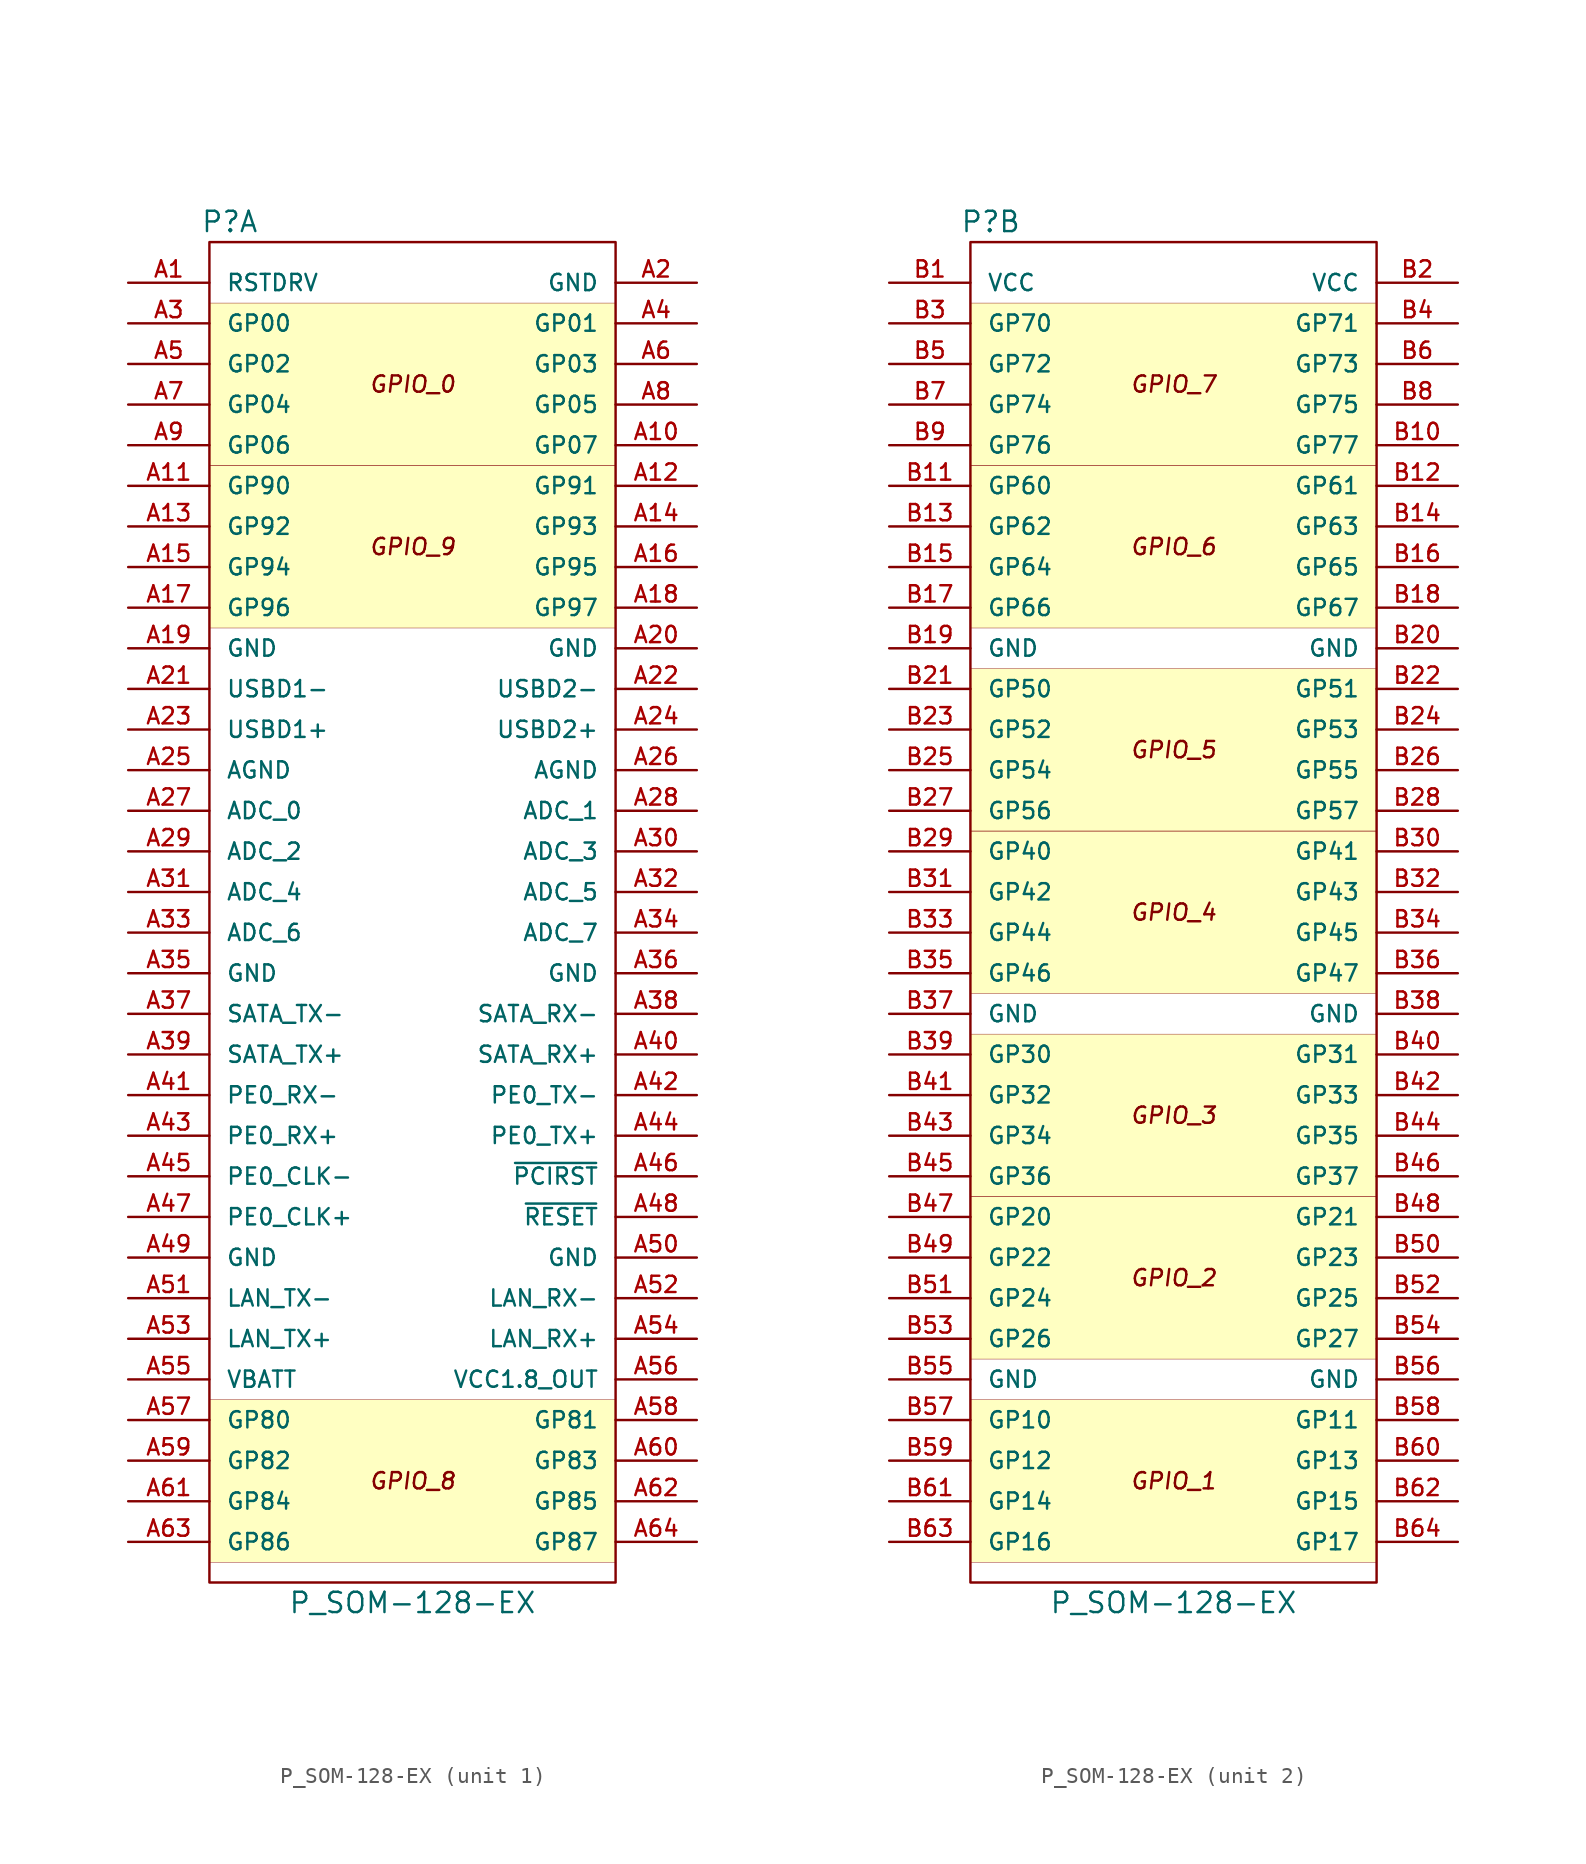
<source format=kicad_sym>
(kicad_symbol_lib
  (version 20231120)
  (generator "kicad_symbol_editor")
  (generator_version "8.0")
  (symbol "P_SOM-128-EX"
    (pin_names
      (offset 1.016))
    (property "Reference" "P"
      (at -11.43 43.18 0)
      (effects (font (size 1.27 1.27))))
    (property "Value" "P_SOM-128-EX"
      (at 0 -43.18 0)
      (effects (font (size 1.27 1.27))))
    (symbol "P_SOM-128-EX_1_0"
      (text "GPIO_0" (at 0 33.02 0) (effects (font (size 1.016 1.016) (italic yes))))
      (text "GPIO_8" (at 0 -35.56 0) (effects (font (size 1.016 1.016) (italic yes))))
      (text "GPIO_9" (at 0 22.86 0) (effects (font (size 1.016 1.016) (italic yes)))))
    (symbol "P_SOM-128-EX_1_1"
      (rectangle (start -12.7 -30.48) (end 12.7 -40.64) (stroke (width 0.025) (type default)) (fill (type background)))
      (rectangle (start -12.7 17.78) (end 12.7 27.94) (stroke (width 0.025) (type default)) (fill (type background)))
      (rectangle (start -12.7 38.1) (end 12.7 27.94) (stroke (width 0.025) (type default)) (fill (type background)))
      (rectangle (start -12.7 41.91) (end 12.7 -41.91) (stroke (width 0) (type default)) (fill (type none)))
      (pin passive line (at -17.78 39.37 0) (length 5.08) (name "RSTDRV" (effects (font (size 1.016 1.016)))) (number "A1" (effects (font (size 1.016 1.016)))))
      (pin passive line (at 17.78 29.21 180) (length 5.08) (name "GP07" (effects (font (size 1.016 1.016)))) (number "A10" (effects (font (size 1.016 1.016)))))
      (pin passive line (at -17.78 26.67 0) (length 5.08) (name "GP90" (effects (font (size 1.016 1.016)))) (number "A11" (effects (font (size 1.016 1.016)))))
      (pin passive line (at 17.78 26.67 180) (length 5.08) (name "GP91" (effects (font (size 1.016 1.016)))) (number "A12" (effects (font (size 1.016 1.016)))))
      (pin passive line (at -17.78 24.13 0) (length 5.08) (name "GP92" (effects (font (size 1.016 1.016)))) (number "A13" (effects (font (size 1.016 1.016)))))
      (pin passive line (at 17.78 24.13 180) (length 5.08) (name "GP93" (effects (font (size 1.016 1.016)))) (number "A14" (effects (font (size 1.016 1.016)))))
      (pin passive line (at -17.78 21.59 0) (length 5.08) (name "GP94" (effects (font (size 1.016 1.016)))) (number "A15" (effects (font (size 1.016 1.016)))))
      (pin passive line (at 17.78 21.59 180) (length 5.08) (name "GP95" (effects (font (size 1.016 1.016)))) (number "A16" (effects (font (size 1.016 1.016)))))
      (pin passive line (at -17.78 19.05 0) (length 5.08) (name "GP96" (effects (font (size 1.016 1.016)))) (number "A17" (effects (font (size 1.016 1.016)))))
      (pin passive line (at 17.78 19.05 180) (length 5.08) (name "GP97" (effects (font (size 1.016 1.016)))) (number "A18" (effects (font (size 1.016 1.016)))))
      (pin passive line (at -17.78 16.51 0) (length 5.08) (name "GND" (effects (font (size 1.016 1.016)))) (number "A19" (effects (font (size 1.016 1.016)))))
      (pin passive line (at 17.78 39.37 180) (length 5.08) (name "GND" (effects (font (size 1.016 1.016)))) (number "A2" (effects (font (size 1.016 1.016)))))
      (pin passive line (at 17.78 16.51 180) (length 5.08) (name "GND" (effects (font (size 1.016 1.016)))) (number "A20" (effects (font (size 1.016 1.016)))))
      (pin passive line (at -17.78 13.97 0) (length 5.08) (name "USBD1-" (effects (font (size 1.016 1.016)))) (number "A21" (effects (font (size 1.016 1.016)))))
      (pin passive line (at 17.78 13.97 180) (length 5.08) (name "USBD2-" (effects (font (size 1.016 1.016)))) (number "A22" (effects (font (size 1.016 1.016)))))
      (pin passive line (at -17.78 11.43 0) (length 5.08) (name "USBD1+" (effects (font (size 1.016 1.016)))) (number "A23" (effects (font (size 1.016 1.016)))))
      (pin passive line (at 17.78 11.43 180) (length 5.08) (name "USBD2+" (effects (font (size 1.016 1.016)))) (number "A24" (effects (font (size 1.016 1.016)))))
      (pin passive line (at -17.78 8.89 0) (length 5.08) (name "AGND" (effects (font (size 1.016 1.016)))) (number "A25" (effects (font (size 1.016 1.016)))))
      (pin passive line (at 17.78 8.89 180) (length 5.08) (name "AGND" (effects (font (size 1.016 1.016)))) (number "A26" (effects (font (size 1.016 1.016)))))
      (pin passive line (at -17.78 6.35 0) (length 5.08) (name "ADC_0" (effects (font (size 1.016 1.016)))) (number "A27" (effects (font (size 1.016 1.016)))))
      (pin passive line (at 17.78 6.35 180) (length 5.08) (name "ADC_1" (effects (font (size 1.016 1.016)))) (number "A28" (effects (font (size 1.016 1.016)))))
      (pin passive line (at -17.78 3.81 0) (length 5.08) (name "ADC_2" (effects (font (size 1.016 1.016)))) (number "A29" (effects (font (size 1.016 1.016)))))
      (pin passive line (at -17.78 36.83 0) (length 5.08) (name "GP00" (effects (font (size 1.016 1.016)))) (number "A3" (effects (font (size 1.016 1.016)))))
      (pin passive line (at 17.78 3.81 180) (length 5.08) (name "ADC_3" (effects (font (size 1.016 1.016)))) (number "A30" (effects (font (size 1.016 1.016)))))
      (pin passive line (at -17.78 1.27 0) (length 5.08) (name "ADC_4" (effects (font (size 1.016 1.016)))) (number "A31" (effects (font (size 1.016 1.016)))))
      (pin passive line (at 17.78 1.27 180) (length 5.08) (name "ADC_5" (effects (font (size 1.016 1.016)))) (number "A32" (effects (font (size 1.016 1.016)))))
      (pin passive line (at -17.78 -1.27 0) (length 5.08) (name "ADC_6" (effects (font (size 1.016 1.016)))) (number "A33" (effects (font (size 1.016 1.016)))))
      (pin passive line (at 17.78 -1.27 180) (length 5.08) (name "ADC_7" (effects (font (size 1.016 1.016)))) (number "A34" (effects (font (size 1.016 1.016)))))
      (pin passive line (at -17.78 -3.81 0) (length 5.08) (name "GND" (effects (font (size 1.016 1.016)))) (number "A35" (effects (font (size 1.016 1.016)))))
      (pin passive line (at 17.78 -3.81 180) (length 5.08) (name "GND" (effects (font (size 1.016 1.016)))) (number "A36" (effects (font (size 1.016 1.016)))))
      (pin passive line (at -17.78 -6.35 0) (length 5.08) (name "SATA_TX-" (effects (font (size 1.016 1.016)))) (number "A37" (effects (font (size 1.016 1.016)))))
      (pin passive line (at 17.78 -6.35 180) (length 5.08) (name "SATA_RX-" (effects (font (size 1.016 1.016)))) (number "A38" (effects (font (size 1.016 1.016)))))
      (pin passive line (at -17.78 -8.89 0) (length 5.08) (name "SATA_TX+" (effects (font (size 1.016 1.016)))) (number "A39" (effects (font (size 1.016 1.016)))))
      (pin passive line (at 17.78 36.83 180) (length 5.08) (name "GP01" (effects (font (size 1.016 1.016)))) (number "A4" (effects (font (size 1.016 1.016)))))
      (pin passive line (at 17.78 -8.89 180) (length 5.08) (name "SATA_RX+" (effects (font (size 1.016 1.016)))) (number "A40" (effects (font (size 1.016 1.016)))))
      (pin passive line (at -17.78 -11.43 0) (length 5.08) (name "PE0_RX-" (effects (font (size 1.016 1.016)))) (number "A41" (effects (font (size 1.016 1.016)))))
      (pin passive line (at 17.78 -11.43 180) (length 5.08) (name "PE0_TX-" (effects (font (size 1.016 1.016)))) (number "A42" (effects (font (size 1.016 1.016)))))
      (pin passive line (at -17.78 -13.97 0) (length 5.08) (name "PE0_RX+" (effects (font (size 1.016 1.016)))) (number "A43" (effects (font (size 1.016 1.016)))))
      (pin passive line (at 17.78 -13.97 180) (length 5.08) (name "PE0_TX+" (effects (font (size 1.016 1.016)))) (number "A44" (effects (font (size 1.016 1.016)))))
      (pin passive line (at -17.78 -16.51 0) (length 5.08) (name "PE0_CLK-" (effects (font (size 1.016 1.016)))) (number "A45" (effects (font (size 1.016 1.016)))))
      (pin passive line (at 17.78 -16.51 180) (length 5.08) (name "~{PCIRST}" (effects (font (size 1.016 1.016)))) (number "A46" (effects (font (size 1.016 1.016)))))
      (pin passive line (at -17.78 -19.05 0) (length 5.08) (name "PE0_CLK+" (effects (font (size 1.016 1.016)))) (number "A47" (effects (font (size 1.016 1.016)))))
      (pin passive line (at 17.78 -19.05 180) (length 5.08) (name "~{RESET}" (effects (font (size 1.016 1.016)))) (number "A48" (effects (font (size 1.016 1.016)))))
      (pin passive line (at -17.78 -21.59 0) (length 5.08) (name "GND" (effects (font (size 1.016 1.016)))) (number "A49" (effects (font (size 1.016 1.016)))))
      (pin passive line (at -17.78 34.29 0) (length 5.08) (name "GP02" (effects (font (size 1.016 1.016)))) (number "A5" (effects (font (size 1.016 1.016)))))
      (pin passive line (at 17.78 -21.59 180) (length 5.08) (name "GND" (effects (font (size 1.016 1.016)))) (number "A50" (effects (font (size 1.016 1.016)))))
      (pin passive line (at -17.78 -24.13 0) (length 5.08) (name "LAN_TX-" (effects (font (size 1.016 1.016)))) (number "A51" (effects (font (size 1.016 1.016)))))
      (pin passive line (at 17.78 -24.13 180) (length 5.08) (name "LAN_RX-" (effects (font (size 1.016 1.016)))) (number "A52" (effects (font (size 1.016 1.016)))))
      (pin passive line (at -17.78 -26.67 0) (length 5.08) (name "LAN_TX+" (effects (font (size 1.016 1.016)))) (number "A53" (effects (font (size 1.016 1.016)))))
      (pin passive line (at 17.78 -26.67 180) (length 5.08) (name "LAN_RX+" (effects (font (size 1.016 1.016)))) (number "A54" (effects (font (size 1.016 1.016)))))
      (pin passive line (at -17.78 -29.21 0) (length 5.08) (name "VBATT" (effects (font (size 1.016 1.016)))) (number "A55" (effects (font (size 1.016 1.016)))))
      (pin passive line (at 17.78 -29.21 180) (length 5.08) (name "VCC1.8_OUT" (effects (font (size 1.016 1.016)))) (number "A56" (effects (font (size 1.016 1.016)))))
      (pin passive line (at -17.78 -31.75 0) (length 5.08) (name "GP80" (effects (font (size 1.016 1.016)))) (number "A57" (effects (font (size 1.016 1.016)))))
      (pin passive line (at 17.78 -31.75 180) (length 5.08) (name "GP81" (effects (font (size 1.016 1.016)))) (number "A58" (effects (font (size 1.016 1.016)))))
      (pin passive line (at -17.78 -34.29 0) (length 5.08) (name "GP82" (effects (font (size 1.016 1.016)))) (number "A59" (effects (font (size 1.016 1.016)))))
      (pin passive line (at 17.78 34.29 180) (length 5.08) (name "GP03" (effects (font (size 1.016 1.016)))) (number "A6" (effects (font (size 1.016 1.016)))))
      (pin passive line (at 17.78 -34.29 180) (length 5.08) (name "GP83" (effects (font (size 1.016 1.016)))) (number "A60" (effects (font (size 1.016 1.016)))))
      (pin passive line (at -17.78 -36.83 0) (length 5.08) (name "GP84" (effects (font (size 1.016 1.016)))) (number "A61" (effects (font (size 1.016 1.016)))))
      (pin passive line (at 17.78 -36.83 180) (length 5.08) (name "GP85" (effects (font (size 1.016 1.016)))) (number "A62" (effects (font (size 1.016 1.016)))))
      (pin passive line (at -17.78 -39.37 0) (length 5.08) (name "GP86" (effects (font (size 1.016 1.016)))) (number "A63" (effects (font (size 1.016 1.016)))))
      (pin passive line (at 17.78 -39.37 180) (length 5.08) (name "GP87" (effects (font (size 1.016 1.016)))) (number "A64" (effects (font (size 1.016 1.016)))))
      (pin passive line (at -17.78 31.75 0) (length 5.08) (name "GP04" (effects (font (size 1.016 1.016)))) (number "A7" (effects (font (size 1.016 1.016)))))
      (pin passive line (at 17.78 31.75 180) (length 5.08) (name "GP05" (effects (font (size 1.016 1.016)))) (number "A8" (effects (font (size 1.016 1.016)))))
      (pin passive line (at -17.78 29.21 0) (length 5.08) (name "GP06" (effects (font (size 1.016 1.016)))) (number "A9" (effects (font (size 1.016 1.016))))))
    (symbol "P_SOM-128-EX_2_0"
      (rectangle (start -12.7 -30.48) (end 12.7 -40.64) (stroke (width 0.025) (type default)) (fill (type background)))
      (rectangle (start -12.7 -17.78) (end 12.7 -27.94) (stroke (width 0.025) (type default)) (fill (type background)))
      (rectangle (start -12.7 -7.62) (end 12.7 -17.78) (stroke (width 0.025) (type default)) (fill (type background)))
      (rectangle (start -12.7 5.08) (end 12.7 -5.08) (stroke (width 0.025) (type default)) (fill (type background)))
      (rectangle (start -12.7 15.24) (end 12.7 5.08) (stroke (width 0.025) (type default)) (fill (type background)))
      (rectangle (start -12.7 17.78) (end 12.7 27.94) (stroke (width 0.025) (type default)) (fill (type background)))
      (rectangle (start -12.7 38.1) (end 12.7 27.94) (stroke (width 0.025) (type default)) (fill (type background)))
      (rectangle (start -12.7 41.91) (end 12.7 -41.91) (stroke (width 0) (type default)) (fill (type none)))
      (text "GPIO_7" (at 0 33.02 0) (effects (font (size 1.016 1.016) (italic yes)))))
    (symbol "P_SOM-128-EX_2_1"
      (text "GPIO_1" (at 0 -35.56 0) (effects (font (size 1.016 1.016) (italic yes))))
      (text "GPIO_2" (at 0 -22.86 0) (effects (font (size 1.016 1.016) (italic yes))))
      (text "GPIO_3" (at 0 -12.7 0) (effects (font (size 1.016 1.016) (italic yes))))
      (text "GPIO_4" (at 0 0 0) (effects (font (size 1.016 1.016) (italic yes))))
      (text "GPIO_5" (at 0 10.16 0) (effects (font (size 1.016 1.016) (italic yes))))
      (text "GPIO_6" (at 0 22.86 0) (effects (font (size 1.016 1.016) (italic yes))))
      (pin passive line (at -17.78 39.37 0) (length 5.08) (name "VCC" (effects (font (size 1.016 1.016)))) (number "B1" (effects (font (size 1.016 1.016)))))
      (pin passive line (at 17.78 29.21 180) (length 5.08) (name "GP77" (effects (font (size 1.016 1.016)))) (number "B10" (effects (font (size 1.016 1.016)))))
      (pin passive line (at -17.78 26.67 0) (length 5.08) (name "GP60" (effects (font (size 1.016 1.016)))) (number "B11" (effects (font (size 1.016 1.016)))))
      (pin passive line (at 17.78 26.67 180) (length 5.08) (name "GP61" (effects (font (size 1.016 1.016)))) (number "B12" (effects (font (size 1.016 1.016)))))
      (pin passive line (at -17.78 24.13 0) (length 5.08) (name "GP62" (effects (font (size 1.016 1.016)))) (number "B13" (effects (font (size 1.016 1.016)))))
      (pin passive line (at 17.78 24.13 180) (length 5.08) (name "GP63" (effects (font (size 1.016 1.016)))) (number "B14" (effects (font (size 1.016 1.016)))))
      (pin passive line (at -17.78 21.59 0) (length 5.08) (name "GP64" (effects (font (size 1.016 1.016)))) (number "B15" (effects (font (size 1.016 1.016)))))
      (pin passive line (at 17.78 21.59 180) (length 5.08) (name "GP65" (effects (font (size 1.016 1.016)))) (number "B16" (effects (font (size 1.016 1.016)))))
      (pin passive line (at -17.78 19.05 0) (length 5.08) (name "GP66" (effects (font (size 1.016 1.016)))) (number "B17" (effects (font (size 1.016 1.016)))))
      (pin passive line (at 17.78 19.05 180) (length 5.08) (name "GP67" (effects (font (size 1.016 1.016)))) (number "B18" (effects (font (size 1.016 1.016)))))
      (pin passive line (at -17.78 16.51 0) (length 5.08) (name "GND" (effects (font (size 1.016 1.016)))) (number "B19" (effects (font (size 1.016 1.016)))))
      (pin passive line (at 17.78 39.37 180) (length 5.08) (name "VCC" (effects (font (size 1.016 1.016)))) (number "B2" (effects (font (size 1.016 1.016)))))
      (pin passive line (at 17.78 16.51 180) (length 5.08) (name "GND" (effects (font (size 1.016 1.016)))) (number "B20" (effects (font (size 1.016 1.016)))))
      (pin passive line (at -17.78 13.97 0) (length 5.08) (name "GP50" (effects (font (size 1.016 1.016)))) (number "B21" (effects (font (size 1.016 1.016)))))
      (pin passive line (at 17.78 13.97 180) (length 5.08) (name "GP51" (effects (font (size 1.016 1.016)))) (number "B22" (effects (font (size 1.016 1.016)))))
      (pin passive line (at -17.78 11.43 0) (length 5.08) (name "GP52" (effects (font (size 1.016 1.016)))) (number "B23" (effects (font (size 1.016 1.016)))))
      (pin passive line (at 17.78 11.43 180) (length 5.08) (name "GP53" (effects (font (size 1.016 1.016)))) (number "B24" (effects (font (size 1.016 1.016)))))
      (pin passive line (at -17.78 8.89 0) (length 5.08) (name "GP54" (effects (font (size 1.016 1.016)))) (number "B25" (effects (font (size 1.016 1.016)))))
      (pin passive line (at 17.78 8.89 180) (length 5.08) (name "GP55" (effects (font (size 1.016 1.016)))) (number "B26" (effects (font (size 1.016 1.016)))))
      (pin passive line (at -17.78 6.35 0) (length 5.08) (name "GP56" (effects (font (size 1.016 1.016)))) (number "B27" (effects (font (size 1.016 1.016)))))
      (pin passive line (at 17.78 6.35 180) (length 5.08) (name "GP57" (effects (font (size 1.016 1.016)))) (number "B28" (effects (font (size 1.016 1.016)))))
      (pin passive line (at -17.78 3.81 0) (length 5.08) (name "GP40" (effects (font (size 1.016 1.016)))) (number "B29" (effects (font (size 1.016 1.016)))))
      (pin passive line (at -17.78 36.83 0) (length 5.08) (name "GP70" (effects (font (size 1.016 1.016)))) (number "B3" (effects (font (size 1.016 1.016)))))
      (pin passive line (at 17.78 3.81 180) (length 5.08) (name "GP41" (effects (font (size 1.016 1.016)))) (number "B30" (effects (font (size 1.016 1.016)))))
      (pin passive line (at -17.78 1.27 0) (length 5.08) (name "GP42" (effects (font (size 1.016 1.016)))) (number "B31" (effects (font (size 1.016 1.016)))))
      (pin passive line (at 17.78 1.27 180) (length 5.08) (name "GP43" (effects (font (size 1.016 1.016)))) (number "B32" (effects (font (size 1.016 1.016)))))
      (pin passive line (at -17.78 -1.27 0) (length 5.08) (name "GP44" (effects (font (size 1.016 1.016)))) (number "B33" (effects (font (size 1.016 1.016)))))
      (pin passive line (at 17.78 -1.27 180) (length 5.08) (name "GP45" (effects (font (size 1.016 1.016)))) (number "B34" (effects (font (size 1.016 1.016)))))
      (pin passive line (at -17.78 -3.81 0) (length 5.08) (name "GP46" (effects (font (size 1.016 1.016)))) (number "B35" (effects (font (size 1.016 1.016)))))
      (pin passive line (at 17.78 -3.81 180) (length 5.08) (name "GP47" (effects (font (size 1.016 1.016)))) (number "B36" (effects (font (size 1.016 1.016)))))
      (pin passive line (at -17.78 -6.35 0) (length 5.08) (name "GND" (effects (font (size 1.016 1.016)))) (number "B37" (effects (font (size 1.016 1.016)))))
      (pin passive line (at 17.78 -6.35 180) (length 5.08) (name "GND" (effects (font (size 1.016 1.016)))) (number "B38" (effects (font (size 1.016 1.016)))))
      (pin passive line (at -17.78 -8.89 0) (length 5.08) (name "GP30" (effects (font (size 1.016 1.016)))) (number "B39" (effects (font (size 1.016 1.016)))))
      (pin passive line (at 17.78 36.83 180) (length 5.08) (name "GP71" (effects (font (size 1.016 1.016)))) (number "B4" (effects (font (size 1.016 1.016)))))
      (pin passive line (at 17.78 -8.89 180) (length 5.08) (name "GP31" (effects (font (size 1.016 1.016)))) (number "B40" (effects (font (size 1.016 1.016)))))
      (pin passive line (at -17.78 -11.43 0) (length 5.08) (name "GP32" (effects (font (size 1.016 1.016)))) (number "B41" (effects (font (size 1.016 1.016)))))
      (pin passive line (at 17.78 -11.43 180) (length 5.08) (name "GP33" (effects (font (size 1.016 1.016)))) (number "B42" (effects (font (size 1.016 1.016)))))
      (pin passive line (at -17.78 -13.97 0) (length 5.08) (name "GP34" (effects (font (size 1.016 1.016)))) (number "B43" (effects (font (size 1.016 1.016)))))
      (pin passive line (at 17.78 -13.97 180) (length 5.08) (name "GP35" (effects (font (size 1.016 1.016)))) (number "B44" (effects (font (size 1.016 1.016)))))
      (pin passive line (at -17.78 -16.51 0) (length 5.08) (name "GP36" (effects (font (size 1.016 1.016)))) (number "B45" (effects (font (size 1.016 1.016)))))
      (pin passive line (at 17.78 -16.51 180) (length 5.08) (name "GP37" (effects (font (size 1.016 1.016)))) (number "B46" (effects (font (size 1.016 1.016)))))
      (pin passive line (at -17.78 -19.05 0) (length 5.08) (name "GP20" (effects (font (size 1.016 1.016)))) (number "B47" (effects (font (size 1.016 1.016)))))
      (pin passive line (at 17.78 -19.05 180) (length 5.08) (name "GP21" (effects (font (size 1.016 1.016)))) (number "B48" (effects (font (size 1.016 1.016)))))
      (pin passive line (at -17.78 -21.59 0) (length 5.08) (name "GP22" (effects (font (size 1.016 1.016)))) (number "B49" (effects (font (size 1.016 1.016)))))
      (pin passive line (at -17.78 34.29 0) (length 5.08) (name "GP72" (effects (font (size 1.016 1.016)))) (number "B5" (effects (font (size 1.016 1.016)))))
      (pin passive line (at 17.78 -21.59 180) (length 5.08) (name "GP23" (effects (font (size 1.016 1.016)))) (number "B50" (effects (font (size 1.016 1.016)))))
      (pin passive line (at -17.78 -24.13 0) (length 5.08) (name "GP24" (effects (font (size 1.016 1.016)))) (number "B51" (effects (font (size 1.016 1.016)))))
      (pin passive line (at 17.78 -24.13 180) (length 5.08) (name "GP25" (effects (font (size 1.016 1.016)))) (number "B52" (effects (font (size 1.016 1.016)))))
      (pin passive line (at -17.78 -26.67 0) (length 5.08) (name "GP26" (effects (font (size 1.016 1.016)))) (number "B53" (effects (font (size 1.016 1.016)))))
      (pin passive line (at 17.78 -26.67 180) (length 5.08) (name "GP27" (effects (font (size 1.016 1.016)))) (number "B54" (effects (font (size 1.016 1.016)))))
      (pin passive line (at -17.78 -29.21 0) (length 5.08) (name "GND" (effects (font (size 1.016 1.016)))) (number "B55" (effects (font (size 1.016 1.016)))))
      (pin passive line (at 17.78 -29.21 180) (length 5.08) (name "GND" (effects (font (size 1.016 1.016)))) (number "B56" (effects (font (size 1.016 1.016)))))
      (pin passive line (at -17.78 -31.75 0) (length 5.08) (name "GP10" (effects (font (size 1.016 1.016)))) (number "B57" (effects (font (size 1.016 1.016)))))
      (pin passive line (at 17.78 -31.75 180) (length 5.08) (name "GP11" (effects (font (size 1.016 1.016)))) (number "B58" (effects (font (size 1.016 1.016)))))
      (pin passive line (at -17.78 -34.29 0) (length 5.08) (name "GP12" (effects (font (size 1.016 1.016)))) (number "B59" (effects (font (size 1.016 1.016)))))
      (pin passive line (at 17.78 34.29 180) (length 5.08) (name "GP73" (effects (font (size 1.016 1.016)))) (number "B6" (effects (font (size 1.016 1.016)))))
      (pin passive line (at 17.78 -34.29 180) (length 5.08) (name "GP13" (effects (font (size 1.016 1.016)))) (number "B60" (effects (font (size 1.016 1.016)))))
      (pin passive line (at -17.78 -36.83 0) (length 5.08) (name "GP14" (effects (font (size 1.016 1.016)))) (number "B61" (effects (font (size 1.016 1.016)))))
      (pin passive line (at 17.78 -36.83 180) (length 5.08) (name "GP15" (effects (font (size 1.016 1.016)))) (number "B62" (effects (font (size 1.016 1.016)))))
      (pin passive line (at -17.78 -39.37 0) (length 5.08) (name "GP16" (effects (font (size 1.016 1.016)))) (number "B63" (effects (font (size 1.016 1.016)))))
      (pin passive line (at 17.78 -39.37 180) (length 5.08) (name "GP17" (effects (font (size 1.016 1.016)))) (number "B64" (effects (font (size 1.016 1.016)))))
      (pin passive line (at -17.78 31.75 0) (length 5.08) (name "GP74" (effects (font (size 1.016 1.016)))) (number "B7" (effects (font (size 1.016 1.016)))))
      (pin passive line (at 17.78 31.75 180) (length 5.08) (name "GP75" (effects (font (size 1.016 1.016)))) (number "B8" (effects (font (size 1.016 1.016)))))
      (pin passive line (at -17.78 29.21 0) (length 5.08) (name "GP76" (effects (font (size 1.016 1.016)))) (number "B9" (effects (font (size 1.016 1.016))))))))
</source>
